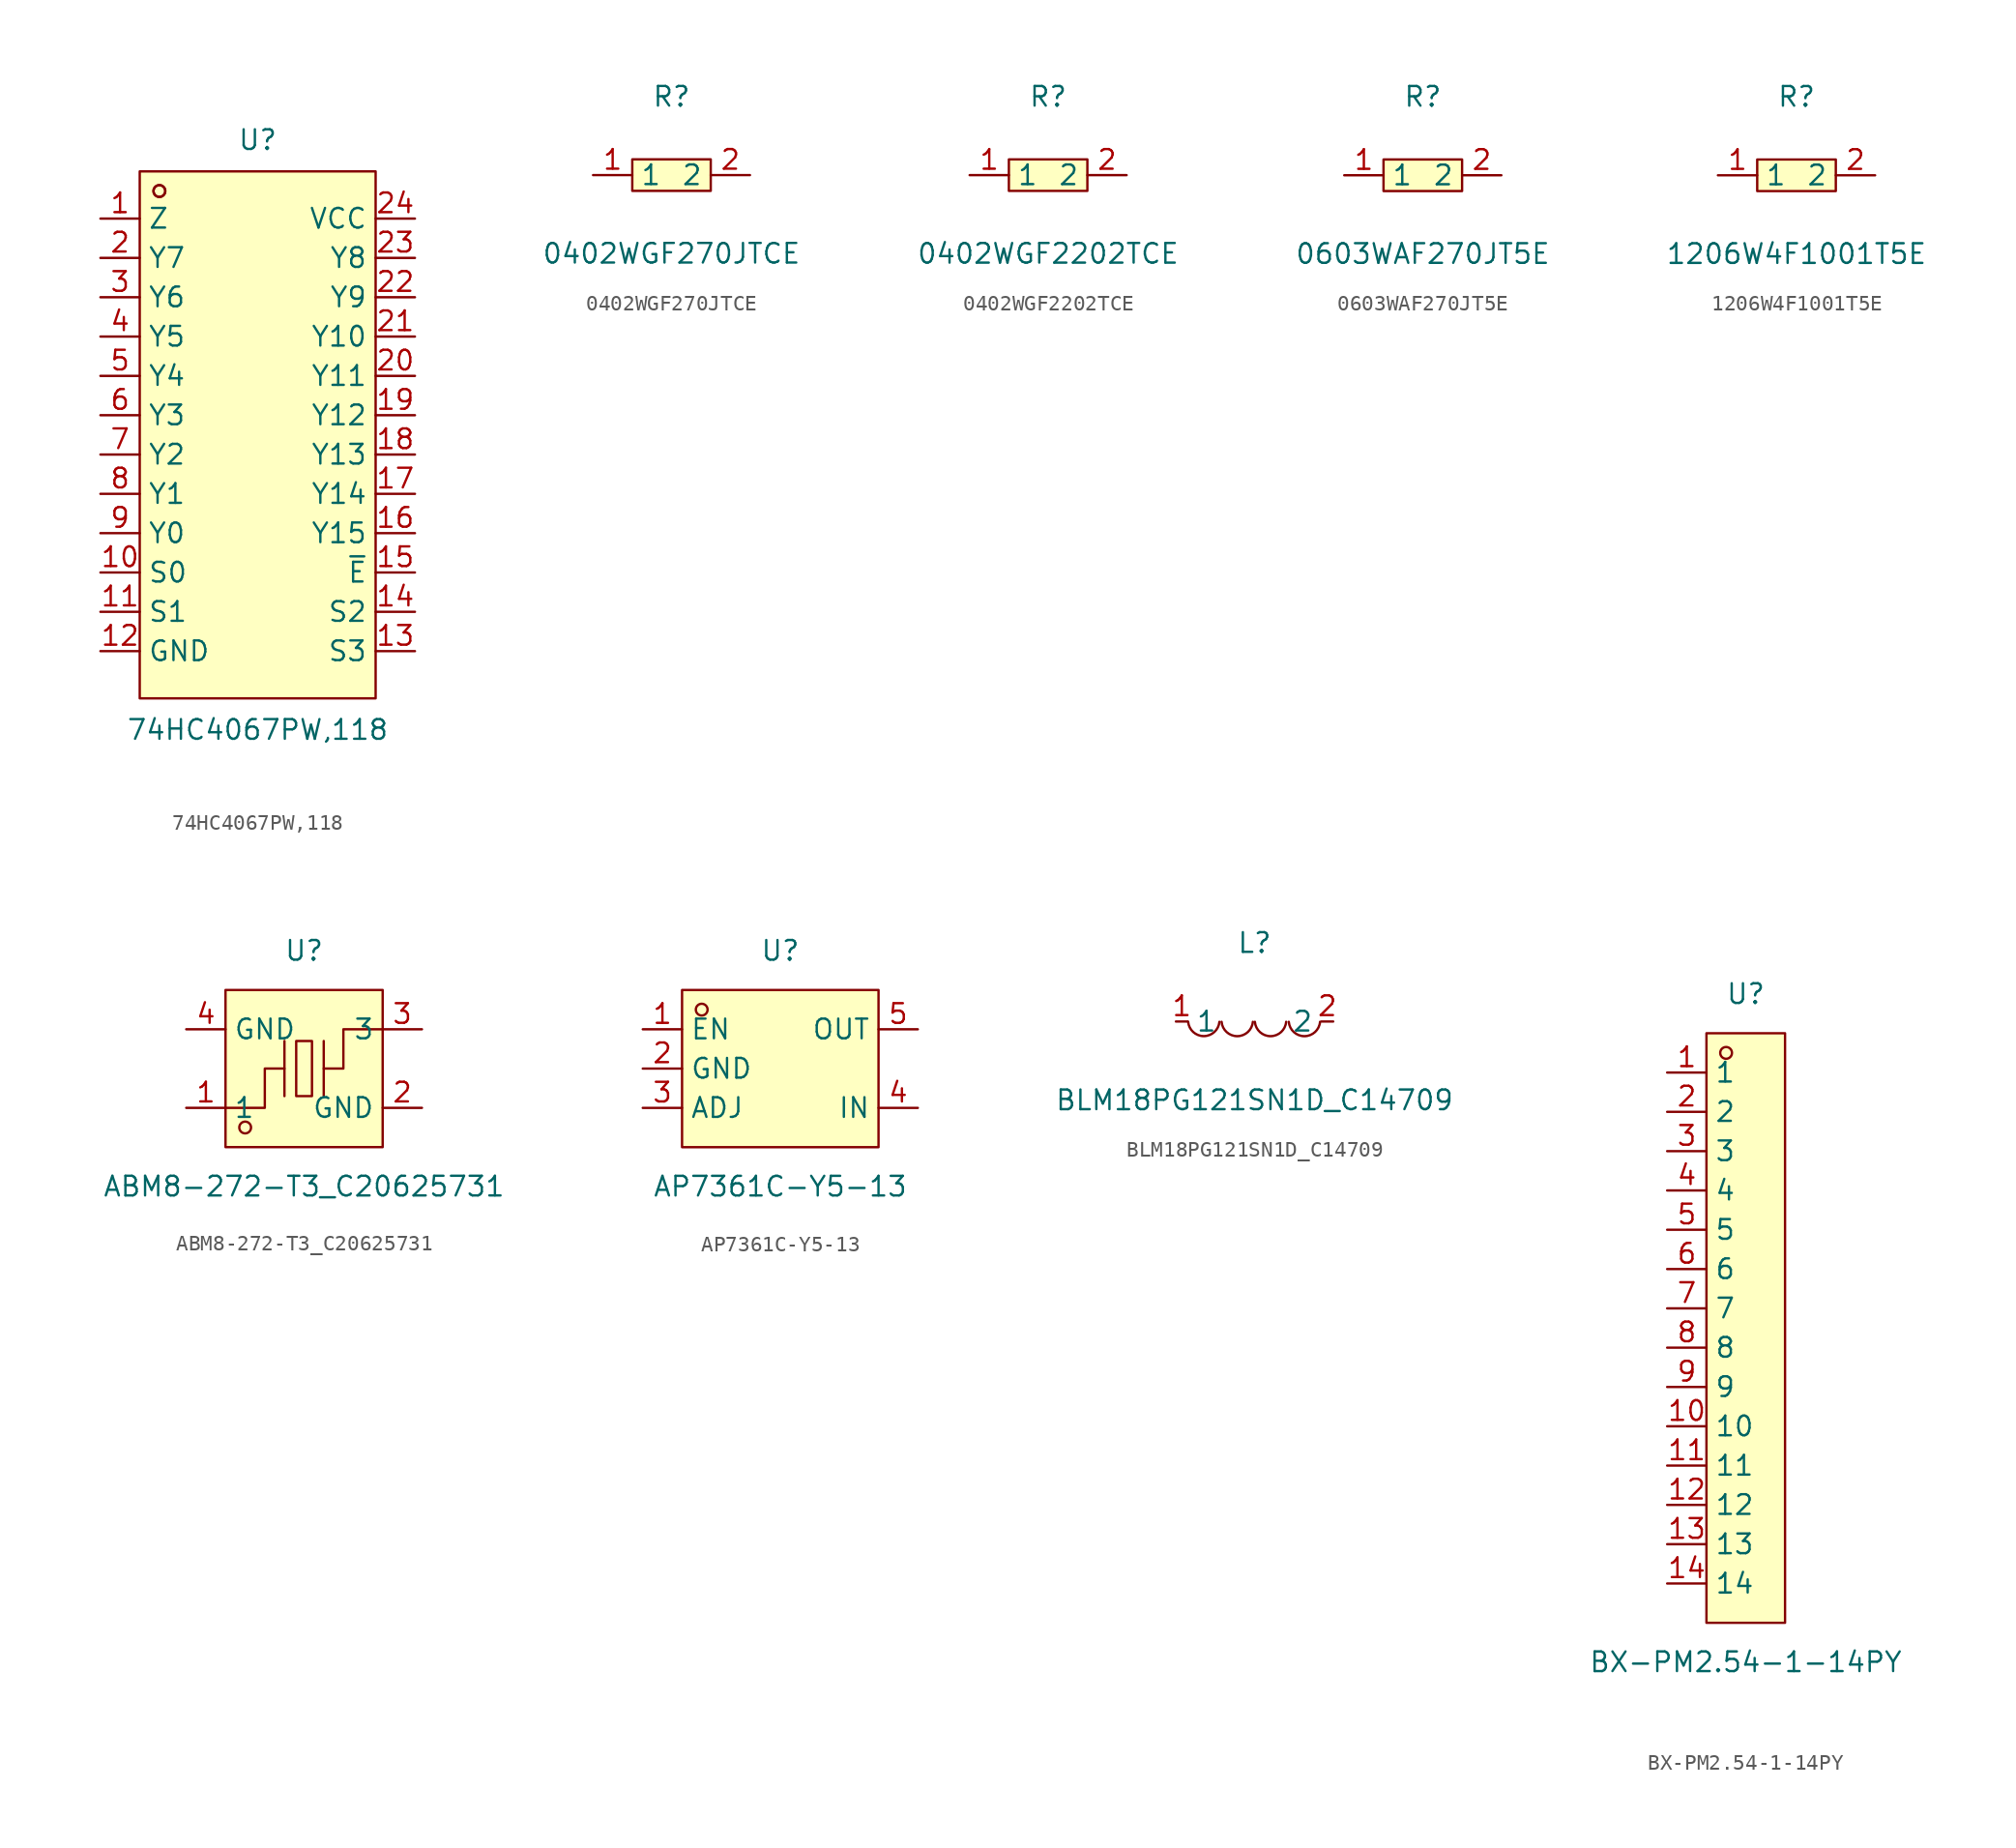
<source format=kicad_sym>
(kicad_symbol_lib
  (version 20241209)
  (generator "kicad_symbol_editor")
  (generator_version "9.0")
  (symbol "74HC4067PW,118"
    (property "Reference" "U"
      (at 0 19.05 0)
      (effects (font (size 1.27 1.27))))
    (property "Value" "74HC4067PW,118"
      (at 0 -19.05 0)
      (effects (font (size 1.27 1.27))))
    (symbol "74HC4067PW,118_0_1"
      (rectangle (start -7.62 17.02) (end 7.62 -17.02) (stroke (width 0) (type default)) (fill (type background)))
      (circle (center -6.35 15.75) (radius 0.38) (stroke (width 0) (type default)) (fill (type none)))
      (circle (center -6.35 15.75) (radius 0.38) (stroke (width 0) (type default)) (fill (type none)))
      (pin unspecified line (at -10.16 13.97 0) (length 2.54) (name "Z" (effects (font (size 1.27 1.27)))) (number "1" (effects (font (size 1.27 1.27)))))
      (pin unspecified line (at -10.16 11.43 0) (length 2.54) (name "Y7" (effects (font (size 1.27 1.27)))) (number "2" (effects (font (size 1.27 1.27)))))
      (pin unspecified line (at -10.16 8.89 0) (length 2.54) (name "Y6" (effects (font (size 1.27 1.27)))) (number "3" (effects (font (size 1.27 1.27)))))
      (pin unspecified line (at -10.16 6.35 0) (length 2.54) (name "Y5" (effects (font (size 1.27 1.27)))) (number "4" (effects (font (size 1.27 1.27)))))
      (pin unspecified line (at -10.16 3.81 0) (length 2.54) (name "Y4" (effects (font (size 1.27 1.27)))) (number "5" (effects (font (size 1.27 1.27)))))
      (pin unspecified line (at -10.16 1.27 0) (length 2.54) (name "Y3" (effects (font (size 1.27 1.27)))) (number "6" (effects (font (size 1.27 1.27)))))
      (pin unspecified line (at -10.16 -1.27 0) (length 2.54) (name "Y2" (effects (font (size 1.27 1.27)))) (number "7" (effects (font (size 1.27 1.27)))))
      (pin unspecified line (at -10.16 -3.81 0) (length 2.54) (name "Y1" (effects (font (size 1.27 1.27)))) (number "8" (effects (font (size 1.27 1.27)))))
      (pin unspecified line (at -10.16 -6.35 0) (length 2.54) (name "Y0" (effects (font (size 1.27 1.27)))) (number "9" (effects (font (size 1.27 1.27)))))
      (pin unspecified line (at -10.16 -8.89 0) (length 2.54) (name "S0" (effects (font (size 1.27 1.27)))) (number "10" (effects (font (size 1.27 1.27)))))
      (pin unspecified line (at -10.16 -11.43 0) (length 2.54) (name "S1" (effects (font (size 1.27 1.27)))) (number "11" (effects (font (size 1.27 1.27)))))
      (pin unspecified line (at -10.16 -13.97 0) (length 2.54) (name "GND" (effects (font (size 1.27 1.27)))) (number "12" (effects (font (size 1.27 1.27)))))
      (pin unspecified line (at 10.16 13.97 180) (length 2.54) (name "VCC" (effects (font (size 1.27 1.27)))) (number "24" (effects (font (size 1.27 1.27)))))
      (pin unspecified line (at 10.16 11.43 180) (length 2.54) (name "Y8" (effects (font (size 1.27 1.27)))) (number "23" (effects (font (size 1.27 1.27)))))
      (pin unspecified line (at 10.16 8.89 180) (length 2.54) (name "Y9" (effects (font (size 1.27 1.27)))) (number "22" (effects (font (size 1.27 1.27)))))
      (pin unspecified line (at 10.16 6.35 180) (length 2.54) (name "Y10" (effects (font (size 1.27 1.27)))) (number "21" (effects (font (size 1.27 1.27)))))
      (pin unspecified line (at 10.16 3.81 180) (length 2.54) (name "Y11" (effects (font (size 1.27 1.27)))) (number "20" (effects (font (size 1.27 1.27)))))
      (pin unspecified line (at 10.16 1.27 180) (length 2.54) (name "Y12" (effects (font (size 1.27 1.27)))) (number "19" (effects (font (size 1.27 1.27)))))
      (pin unspecified line (at 10.16 -1.27 180) (length 2.54) (name "Y13" (effects (font (size 1.27 1.27)))) (number "18" (effects (font (size 1.27 1.27)))))
      (pin unspecified line (at 10.16 -3.81 180) (length 2.54) (name "Y14" (effects (font (size 1.27 1.27)))) (number "17" (effects (font (size 1.27 1.27)))))
      (pin unspecified line (at 10.16 -6.35 180) (length 2.54) (name "Y15" (effects (font (size 1.27 1.27)))) (number "16" (effects (font (size 1.27 1.27)))))
      (pin unspecified line (at 10.16 -8.89 180) (length 2.54) (name "~{E}" (effects (font (size 1.27 1.27)))) (number "15" (effects (font (size 1.27 1.27)))))
      (pin unspecified line (at 10.16 -11.43 180) (length 2.54) (name "S2" (effects (font (size 1.27 1.27)))) (number "14" (effects (font (size 1.27 1.27)))))
      (pin unspecified line (at 10.16 -13.97 180) (length 2.54) (name "S3" (effects (font (size 1.27 1.27)))) (number "13" (effects (font (size 1.27 1.27)))))))
  (symbol "0402WGF270JTCE"
    (property "Reference" "R"
      (at 0 5.08 0)
      (effects (font (size 1.27 1.27))))
    (property "Value" "0402WGF270JTCE"
      (at 0 -5.08 0)
      (effects (font (size 1.27 1.27))))
    (symbol "0402WGF270JTCE_0_1"
      (rectangle (start -2.54 1.02) (end 2.54 -1.02) (stroke (width 0) (type default)) (fill (type background)))
      (pin input line (at -5.08 0 0) (length 2.54) (name "1" (effects (font (size 1.27 1.27)))) (number "1" (effects (font (size 1.27 1.27)))))
      (pin input line (at 5.08 0 180) (length 2.54) (name "2" (effects (font (size 1.27 1.27)))) (number "2" (effects (font (size 1.27 1.27)))))))
  (symbol "0402WGF2202TCE"
    (property "Reference" "R"
      (at 0 5.08 0)
      (effects (font (size 1.27 1.27))))
    (property "Value" "0402WGF2202TCE"
      (at 0 -5.08 0)
      (effects (font (size 1.27 1.27))))
    (symbol "0402WGF2202TCE_0_1"
      (rectangle (start -2.54 1.02) (end 2.54 -1.02) (stroke (width 0) (type default)) (fill (type background)))
      (pin input line (at -5.08 0 0) (length 2.54) (name "1" (effects (font (size 1.27 1.27)))) (number "1" (effects (font (size 1.27 1.27)))))
      (pin input line (at 5.08 0 180) (length 2.54) (name "2" (effects (font (size 1.27 1.27)))) (number "2" (effects (font (size 1.27 1.27)))))))
  (symbol "0603WAF270JT5E"
    (property "Reference" "R"
      (at 0 5.08 0)
      (effects (font (size 1.27 1.27))))
    (property "Value" "0603WAF270JT5E"
      (at 0 -5.08 0)
      (effects (font (size 1.27 1.27))))
    (symbol "0603WAF270JT5E_0_1"
      (rectangle (start -2.54 1.02) (end 2.54 -1.02) (stroke (width 0) (type default)) (fill (type background)))
      (pin input line (at -5.08 0 0) (length 2.54) (name "1" (effects (font (size 1.27 1.27)))) (number "1" (effects (font (size 1.27 1.27)))))
      (pin input line (at 5.08 0 180) (length 2.54) (name "2" (effects (font (size 1.27 1.27)))) (number "2" (effects (font (size 1.27 1.27)))))))
  (symbol "1206W4F1001T5E"
    (property "Reference" "R"
      (at 0 5.08 0)
      (effects (font (size 1.27 1.27))))
    (property "Value" "1206W4F1001T5E"
      (at 0 -5.08 0)
      (effects (font (size 1.27 1.27))))
    (symbol "1206W4F1001T5E_0_1"
      (rectangle (start -2.54 1.02) (end 2.54 -1.02) (stroke (width 0) (type default)) (fill (type background)))
      (pin input line (at -5.08 0 0) (length 2.54) (name "1" (effects (font (size 1.27 1.27)))) (number "1" (effects (font (size 1.27 1.27)))))
      (pin input line (at 5.08 0 180) (length 2.54) (name "2" (effects (font (size 1.27 1.27)))) (number "2" (effects (font (size 1.27 1.27)))))))
  (symbol "ABM8-272-T3_C20625731"
    (property "Reference" "U"
      (at 0 7.62 0)
      (effects (font (size 1.27 1.27))))
    (property "Value" "ABM8-272-T3_C20625731"
      (at 0 -7.62 0)
      (effects (font (size 1.27 1.27))))
    (symbol "ABM8-272-T3_C20625731_0_1"
      (rectangle (start -5.08 5.08) (end 5.08 -5.08) (stroke (width 0) (type default)) (fill (type background)))
      (polyline (pts (xy -5.08 -2.54) (xy -2.54 -2.54) (xy -2.54 0) (xy -1.27 0)) (stroke (width 0) (type default)) (fill (type none)))
      (circle (center -3.81 -3.81) (radius 0.38) (stroke (width 0) (type default)) (fill (type none)))
      (polyline (pts (xy -1.27 -1.78) (xy -1.27 1.78)) (stroke (width 0) (type default)) (fill (type none)))
      (rectangle (start -0.51 1.78) (end 0.51 -1.78) (stroke (width 0) (type default)) (fill (type background)))
      (polyline (pts (xy 1.27 -1.78) (xy 1.27 1.78)) (stroke (width 0) (type default)) (fill (type none)))
      (polyline (pts (xy 5.08 2.54) (xy 2.54 2.54) (xy 2.54 0) (xy 1.27 0)) (stroke (width 0) (type default)) (fill (type none)))
      (pin input line (at -7.62 2.54 0) (length 2.54) (name "GND" (effects (font (size 1.27 1.27)))) (number "4" (effects (font (size 1.27 1.27)))))
      (pin bidirectional line (at -7.62 -2.54 0) (length 2.54) (name "1" (effects (font (size 1.27 1.27)))) (number "1" (effects (font (size 1.27 1.27)))))
      (pin bidirectional line (at 7.62 2.54 180) (length 2.54) (name "3" (effects (font (size 1.27 1.27)))) (number "3" (effects (font (size 1.27 1.27)))))
      (pin input line (at 7.62 -2.54 180) (length 2.54) (name "GND" (effects (font (size 1.27 1.27)))) (number "2" (effects (font (size 1.27 1.27)))))))
  (symbol "AP7361C-Y5-13"
    (property "Reference" "U"
      (at 0 7.62 0)
      (effects (font (size 1.27 1.27))))
    (property "Value" "AP7361C-Y5-13"
      (at 0 -7.62 0)
      (effects (font (size 1.27 1.27))))
    (symbol "AP7361C-Y5-13_0_1"
      (rectangle (start -6.35 5.08) (end 6.35 -5.08) (stroke (width 0) (type default)) (fill (type background)))
      (circle (center -5.08 3.81) (radius 0.38) (stroke (width 0) (type default)) (fill (type none)))
      (pin unspecified line (at -8.89 2.54 0) (length 2.54) (name "EN" (effects (font (size 1.27 1.27)))) (number "1" (effects (font (size 1.27 1.27)))))
      (pin unspecified line (at -8.89 0 0) (length 2.54) (name "GND" (effects (font (size 1.27 1.27)))) (number "2" (effects (font (size 1.27 1.27)))))
      (pin output line (at -8.89 -2.54 0) (length 2.54) (name "ADJ" (effects (font (size 1.27 1.27)))) (number "3" (effects (font (size 1.27 1.27)))))
      (pin unspecified line (at 8.89 2.54 180) (length 2.54) (name "OUT" (effects (font (size 1.27 1.27)))) (number "5" (effects (font (size 1.27 1.27)))))
      (pin unspecified line (at 8.89 -2.54 180) (length 2.54) (name "IN" (effects (font (size 1.27 1.27)))) (number "4" (effects (font (size 1.27 1.27)))))))
  (symbol "BLM18PG121SN1D_C14709"
    (property "Reference" "L"
      (at 0 5.08 0)
      (effects (font (size 1.27 1.27))))
    (property "Value" "BLM18PG121SN1D_C14709"
      (at 0 -5.08 0)
      (effects (font (size 1.27 1.27))))
    (symbol "BLM18PG121SN1D_C14709_0_1"
      (arc (start -2.27 -0.02) (mid -3.28 -0.9427) (end -4.29 -0.02) (stroke (width 0) (type default)) (fill (type none)))
      (arc (start -0.11 -0.02) (mid -1.12 -0.9471) (end -2.13 -0.02) (stroke (width 0) (type default)) (fill (type none)))
      (arc (start 2.04 -0.02) (mid 1.03 -0.9471) (end 0.02 -0.02) (stroke (width 0) (type default)) (fill (type none)))
      (arc (start 4.23 -0.02) (mid 3.22 -0.9471) (end 2.21 -0.02) (stroke (width 0) (type default)) (fill (type none)))
      (pin unspecified line (at -5.08 0 0) (length 0.762) (name "1" (effects (font (size 1.27 1.27)))) (number "1" (effects (font (size 1.27 1.27)))))
      (pin unspecified line (at 5.08 0 180) (length 0.762) (name "2" (effects (font (size 1.27 1.27)))) (number "2" (effects (font (size 1.27 1.27)))))))
  (symbol "BX-PM2.54-1-14PY"
    (property "Reference" "U"
      (at 0 21.59 0)
      (effects (font (size 1.27 1.27))))
    (property "Value" "BX-PM2.54-1-14PY"
      (at 0 -21.59 0)
      (effects (font (size 1.27 1.27))))
    (symbol "BX-PM2.54-1-14PY_0_1"
      (rectangle (start -2.54 19.05) (end 2.54 -19.05) (stroke (width 0) (type default)) (fill (type background)))
      (circle (center -1.27 17.78) (radius 0.38) (stroke (width 0) (type default)) (fill (type none)))
      (pin unspecified line (at -5.08 16.51 0) (length 2.54) (name "1" (effects (font (size 1.27 1.27)))) (number "1" (effects (font (size 1.27 1.27)))))
      (pin unspecified line (at -5.08 13.97 0) (length 2.54) (name "2" (effects (font (size 1.27 1.27)))) (number "2" (effects (font (size 1.27 1.27)))))
      (pin unspecified line (at -5.08 11.43 0) (length 2.54) (name "3" (effects (font (size 1.27 1.27)))) (number "3" (effects (font (size 1.27 1.27)))))
      (pin unspecified line (at -5.08 8.89 0) (length 2.54) (name "4" (effects (font (size 1.27 1.27)))) (number "4" (effects (font (size 1.27 1.27)))))
      (pin unspecified line (at -5.08 6.35 0) (length 2.54) (name "5" (effects (font (size 1.27 1.27)))) (number "5" (effects (font (size 1.27 1.27)))))
      (pin unspecified line (at -5.08 3.81 0) (length 2.54) (name "6" (effects (font (size 1.27 1.27)))) (number "6" (effects (font (size 1.27 1.27)))))
      (pin unspecified line (at -5.08 1.27 0) (length 2.54) (name "7" (effects (font (size 1.27 1.27)))) (number "7" (effects (font (size 1.27 1.27)))))
      (pin unspecified line (at -5.08 -1.27 0) (length 2.54) (name "8" (effects (font (size 1.27 1.27)))) (number "8" (effects (font (size 1.27 1.27)))))
      (pin unspecified line (at -5.08 -3.81 0) (length 2.54) (name "9" (effects (font (size 1.27 1.27)))) (number "9" (effects (font (size 1.27 1.27)))))
      (pin unspecified line (at -5.08 -6.35 0) (length 2.54) (name "10" (effects (font (size 1.27 1.27)))) (number "10" (effects (font (size 1.27 1.27)))))
      (pin unspecified line (at -5.08 -8.89 0) (length 2.54) (name "11" (effects (font (size 1.27 1.27)))) (number "11" (effects (font (size 1.27 1.27)))))
      (pin unspecified line (at -5.08 -11.43 0) (length 2.54) (name "12" (effects (font (size 1.27 1.27)))) (number "12" (effects (font (size 1.27 1.27)))))
      (pin unspecified line (at -5.08 -13.97 0) (length 2.54) (name "13" (effects (font (size 1.27 1.27)))) (number "13" (effects (font (size 1.27 1.27)))))
      (pin unspecified line (at -5.08 -16.51 0) (length 2.54) (name "14" (effects (font (size 1.27 1.27)))) (number "14" (effects (font (size 1.27 1.27))))))))
</source>
